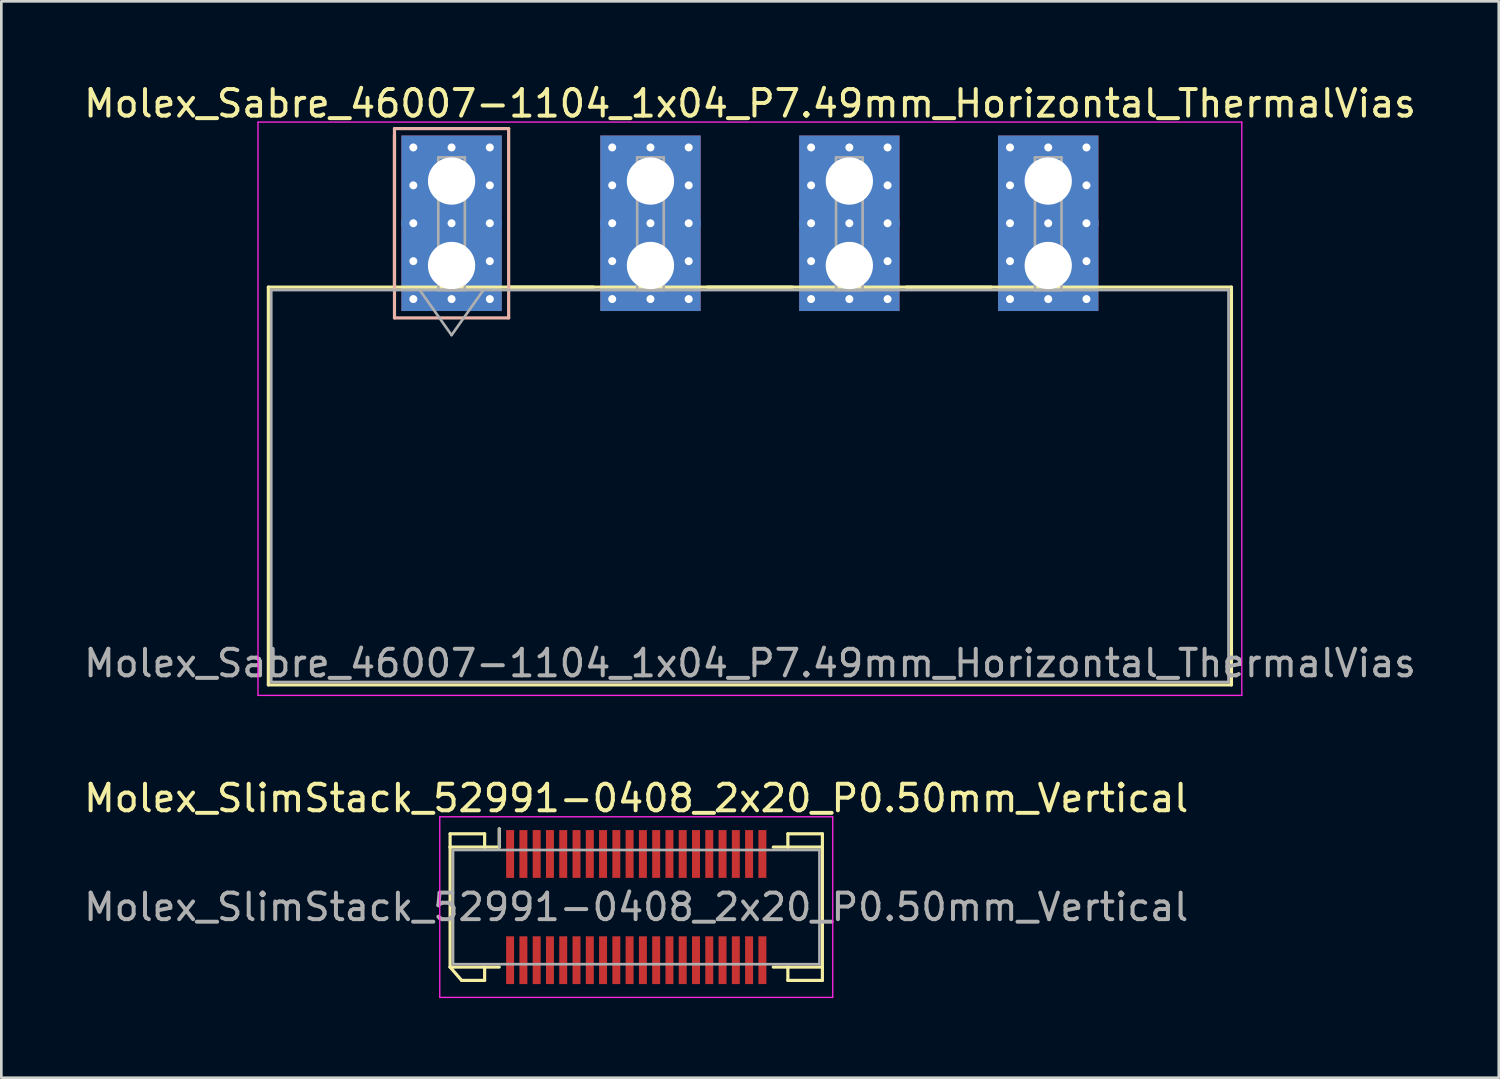
<source format=kicad_pcb>
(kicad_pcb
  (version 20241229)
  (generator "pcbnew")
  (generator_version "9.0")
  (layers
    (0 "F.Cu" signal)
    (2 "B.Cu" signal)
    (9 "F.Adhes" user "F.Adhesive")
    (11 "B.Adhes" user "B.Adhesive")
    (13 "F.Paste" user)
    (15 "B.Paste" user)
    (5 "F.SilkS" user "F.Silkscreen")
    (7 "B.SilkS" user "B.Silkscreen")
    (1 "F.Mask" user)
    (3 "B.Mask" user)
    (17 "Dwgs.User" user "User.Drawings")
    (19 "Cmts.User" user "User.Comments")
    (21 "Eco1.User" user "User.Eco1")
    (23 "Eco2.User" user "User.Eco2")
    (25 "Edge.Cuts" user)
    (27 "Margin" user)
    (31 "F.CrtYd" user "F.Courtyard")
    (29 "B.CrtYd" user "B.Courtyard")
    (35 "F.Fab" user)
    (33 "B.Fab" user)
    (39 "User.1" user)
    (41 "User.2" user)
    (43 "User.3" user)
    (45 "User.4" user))
  (footprint "Molex_SlimStack_52991-0408_2x20_P0.50mm_Vertical"
    (layer "F.Cu")
    (at 20.911 31.111)
    (property "Reference" "Molex_SlimStack_52991-0408_2x20_P0.50mm_Vertical" (at 0 -4.1 0) (layer "F.SilkS") (effects (font (size 1 1) (thickness 0.15))))
    (attr smd)
    (fp_line (start -7.01 -2.76) (end -5.71 -2.76) (stroke (width 0.12) (type solid)) (layer "F.SilkS"))
    (fp_line (start -7.01 -2.26) (end -7.01 -2.76) (stroke (width 0.12) (type solid)) (layer "F.SilkS"))
    (fp_line (start -7.01 -2.26) (end -5.16 -2.26) (stroke (width 0.12) (type solid)) (layer "F.SilkS"))
    (fp_line (start -7.01 2.26) (end -7.01 -2.26) (stroke (width 0.12) (type solid)) (layer "F.SilkS"))
    (fp_line (start -7.01 2.26) (end -6.577 2.76) (stroke (width 0.12) (type solid)) (layer "F.SilkS"))
    (fp_line (start -6.577 2.76) (end -5.71 2.76) (stroke (width 0.12) (type solid)) (layer "F.SilkS"))
    (fp_line (start -5.71 -2.76) (end -5.71 -2.26) (stroke (width 0.12) (type solid)) (layer "F.SilkS"))
    (fp_line (start -5.71 2.76) (end -5.71 2.26) (stroke (width 0.12) (type solid)) (layer "F.SilkS"))
    (fp_line (start -5.16 -2.26) (end -5.16 -2.95) (stroke (width 0.12) (type solid)) (layer "F.SilkS"))
    (fp_line (start -5.16 2.26) (end -7.01 2.26) (stroke (width 0.12) (type solid)) (layer "F.SilkS"))
    (fp_line (start 5.16 2.26) (end 7.01 2.26) (stroke (width 0.12) (type solid)) (layer "F.SilkS"))
    (fp_line (start 5.71 -2.76) (end 5.71 -2.26) (stroke (width 0.12) (type solid)) (layer "F.SilkS"))
    (fp_line (start 5.71 2.76) (end 5.71 2.26) (stroke (width 0.12) (type solid)) (layer "F.SilkS"))
    (fp_line (start 7.01 -2.76) (end 5.71 -2.76) (stroke (width 0.12) (type solid)) (layer "F.SilkS"))
    (fp_line (start 7.01 -2.26) (end 5.16 -2.26) (stroke (width 0.12) (type solid)) (layer "F.SilkS"))
    (fp_line (start 7.01 -2.26) (end 7.01 -2.76) (stroke (width 0.12) (type solid)) (layer "F.SilkS"))
    (fp_line (start 7.01 2.26) (end 7.01 -2.26) (stroke (width 0.12) (type solid)) (layer "F.SilkS"))
    (fp_line (start 7.01 2.26) (end 7.01 2.76) (stroke (width 0.12) (type solid)) (layer "F.SilkS"))
    (fp_line (start 7.01 2.76) (end 5.71 2.76) (stroke (width 0.12) (type solid)) (layer "F.SilkS"))
    (fp_line (start -7.4 -3.4) (end -7.4 3.4) (stroke (width 0.05) (type solid)) (layer "F.CrtYd"))
    (fp_line (start -7.4 3.4) (end 7.4 3.4) (stroke (width 0.05) (type solid)) (layer "F.CrtYd"))
    (fp_line (start 7.4 -3.4) (end -7.4 -3.4) (stroke (width 0.05) (type solid)) (layer "F.CrtYd"))
    (fp_line (start 7.4 3.4) (end 7.4 -3.4) (stroke (width 0.05) (type solid)) (layer "F.CrtYd"))
    (fp_line (start -6.9 -2.15) (end -6.9 2.15) (stroke (width 0.1) (type solid)) (layer "F.Fab"))
    (fp_line (start -6.9 2.15) (end 6.9 2.15) (stroke (width 0.1) (type solid)) (layer "F.Fab"))
    (fp_line (start -5.16 -2.26) (end -5.16 -2.95) (stroke (width 0.1) (type solid)) (layer "F.Fab"))
    (fp_line (start 6.9 -2.15) (end -6.9 -2.15) (stroke (width 0.1) (type solid)) (layer "F.Fab"))
    (fp_line (start 6.9 2.15) (end 6.9 -2.15) (stroke (width 0.1) (type solid)) (layer "F.Fab"))
    (fp_text user "${REFERENCE}" (at 0 0 0) (layer "F.Fab") (effects (font (size 1 1) (thickness 0.15))))
    (pad "1" smd rect (at -4.75 -2) (size 0.3 1.8) (layers "F.Cu" "F.Mask" "F.Paste"))
    (pad "2" smd rect (at -4.75 2) (size 0.3 1.8) (layers "F.Cu" "F.Mask" "F.Paste"))
    (pad "3" smd rect (at -4.25 -2) (size 0.3 1.8) (layers "F.Cu" "F.Mask" "F.Paste"))
    (pad "4" smd rect (at -4.25 2) (size 0.3 1.8) (layers "F.Cu" "F.Mask" "F.Paste"))
    (pad "5" smd rect (at -3.75 -2) (size 0.3 1.8) (layers "F.Cu" "F.Mask" "F.Paste"))
    (pad "6" smd rect (at -3.75 2) (size 0.3 1.8) (layers "F.Cu" "F.Mask" "F.Paste"))
    (pad "7" smd rect (at -3.25 -2) (size 0.3 1.8) (layers "F.Cu" "F.Mask" "F.Paste"))
    (pad "8" smd rect (at -3.25 2) (size 0.3 1.8) (layers "F.Cu" "F.Mask" "F.Paste"))
    (pad "9" smd rect (at -2.75 -2) (size 0.3 1.8) (layers "F.Cu" "F.Mask" "F.Paste"))
    (pad "10" smd rect (at -2.75 2) (size 0.3 1.8) (layers "F.Cu" "F.Mask" "F.Paste"))
    (pad "11" smd rect (at -2.25 -2) (size 0.3 1.8) (layers "F.Cu" "F.Mask" "F.Paste"))
    (pad "12" smd rect (at -2.25 2) (size 0.3 1.8) (layers "F.Cu" "F.Mask" "F.Paste"))
    (pad "13" smd rect (at -1.75 -2) (size 0.3 1.8) (layers "F.Cu" "F.Mask" "F.Paste"))
    (pad "14" smd rect (at -1.75 2) (size 0.3 1.8) (layers "F.Cu" "F.Mask" "F.Paste"))
    (pad "15" smd rect (at -1.25 -2) (size 0.3 1.8) (layers "F.Cu" "F.Mask" "F.Paste"))
    (pad "16" smd rect (at -1.25 2) (size 0.3 1.8) (layers "F.Cu" "F.Mask" "F.Paste"))
    (pad "17" smd rect (at -0.75 -2) (size 0.3 1.8) (layers "F.Cu" "F.Mask" "F.Paste"))
    (pad "18" smd rect (at -0.75 2) (size 0.3 1.8) (layers "F.Cu" "F.Mask" "F.Paste"))
    (pad "19" smd rect (at -0.25 -2) (size 0.3 1.8) (layers "F.Cu" "F.Mask" "F.Paste"))
    (pad "20" smd rect (at -0.25 2) (size 0.3 1.8) (layers "F.Cu" "F.Mask" "F.Paste"))
    (pad "21" smd rect (at 0.25 -2) (size 0.3 1.8) (layers "F.Cu" "F.Mask" "F.Paste"))
    (pad "22" smd rect (at 0.25 2) (size 0.3 1.8) (layers "F.Cu" "F.Mask" "F.Paste"))
    (pad "23" smd rect (at 0.75 -2) (size 0.3 1.8) (layers "F.Cu" "F.Mask" "F.Paste"))
    (pad "24" smd rect (at 0.75 2) (size 0.3 1.8) (layers "F.Cu" "F.Mask" "F.Paste"))
    (pad "25" smd rect (at 1.25 -2) (size 0.3 1.8) (layers "F.Cu" "F.Mask" "F.Paste"))
    (pad "26" smd rect (at 1.25 2) (size 0.3 1.8) (layers "F.Cu" "F.Mask" "F.Paste"))
    (pad "27" smd rect (at 1.75 -2) (size 0.3 1.8) (layers "F.Cu" "F.Mask" "F.Paste"))
    (pad "28" smd rect (at 1.75 2) (size 0.3 1.8) (layers "F.Cu" "F.Mask" "F.Paste"))
    (pad "29" smd rect (at 2.25 -2) (size 0.3 1.8) (layers "F.Cu" "F.Mask" "F.Paste"))
    (pad "30" smd rect (at 2.25 2) (size 0.3 1.8) (layers "F.Cu" "F.Mask" "F.Paste"))
    (pad "31" smd rect (at 2.75 -2) (size 0.3 1.8) (layers "F.Cu" "F.Mask" "F.Paste"))
    (pad "32" smd rect (at 2.75 2) (size 0.3 1.8) (layers "F.Cu" "F.Mask" "F.Paste"))
    (pad "33" smd rect (at 3.25 -2) (size 0.3 1.8) (layers "F.Cu" "F.Mask" "F.Paste"))
    (pad "34" smd rect (at 3.25 2) (size 0.3 1.8) (layers "F.Cu" "F.Mask" "F.Paste"))
    (pad "35" smd rect (at 3.75 -2) (size 0.3 1.8) (layers "F.Cu" "F.Mask" "F.Paste"))
    (pad "36" smd rect (at 3.75 2) (size 0.3 1.8) (layers "F.Cu" "F.Mask" "F.Paste"))
    (pad "37" smd rect (at 4.25 -2) (size 0.3 1.8) (layers "F.Cu" "F.Mask" "F.Paste"))
    (pad "38" smd rect (at 4.25 2) (size 0.3 1.8) (layers "F.Cu" "F.Mask" "F.Paste"))
    (pad "39" smd rect (at 4.75 -2) (size 0.3 1.8) (layers "F.Cu" "F.Mask" "F.Paste"))
    (pad "40" smd rect (at 4.75 2) (size 0.3 1.8) (layers "F.Cu" "F.Mask" "F.Paste")))
  (footprint "Molex_Sabre_46007-1104_1x04_P7.49mm_Horizontal_ThermalVias"
    (layer "F.Cu")
    (at 13.956 6.948)
    (property "Reference" "Molex_Sabre_46007-1104_1x04_P7.49mm_Horizontal_ThermalVias" (at 11.24 -6.1 0) (layer "F.SilkS") (effects (font (size 1 1) (thickness 0.15))))
    (attr through_hole)
    (fp_line (start -6.9 0.815) (end -6.9 15.795) (stroke (width 0.12) (type solid)) (layer "F.SilkS"))
    (fp_line (start -6.9 15.795) (end 29.37 15.795) (stroke (width 0.12) (type solid)) (layer "F.SilkS"))
    (fp_line (start -2.15 0.815) (end -2.15 -4.895) (stroke (width 0.12) (type solid)) (layer "F.SilkS"))
    (fp_line (start 2.15 0.815) (end 5.34 0.815) (stroke (width 0.12) (type solid)) (layer "F.SilkS"))
    (fp_line (start 9.64 0.815) (end 12.83 0.815) (stroke (width 0.12) (type solid)) (layer "F.SilkS"))
    (fp_line (start 17.13 0.815) (end 20.32 0.815) (stroke (width 0.12) (type solid)) (layer "F.SilkS"))
    (fp_line (start 29.37 0.815) (end -6.9 0.815) (stroke (width 0.12) (type solid)) (layer "F.SilkS"))
    (fp_line (start 29.37 15.795) (end 29.37 0.815) (stroke (width 0.12) (type solid)) (layer "F.SilkS"))
    (fp_line (start -2.15 -5.155) (end -2.15 1.975) (stroke (width 0.12) (type solid)) (layer "B.SilkS"))
    (fp_line (start -2.15 1.975) (end 2.15 1.975) (stroke (width 0.12) (type solid)) (layer "B.SilkS"))
    (fp_line (start 2.15 -5.155) (end -2.15 -5.155) (stroke (width 0.12) (type solid)) (layer "B.SilkS"))
    (fp_line (start 2.15 1.975) (end 2.15 -5.155) (stroke (width 0.12) (type solid)) (layer "B.SilkS"))
    (fp_line (start -7.29 -5.4) (end -7.29 16.19) (stroke (width 0.05) (type solid)) (layer "F.CrtYd"))
    (fp_line (start -7.29 16.19) (end 29.76 16.19) (stroke (width 0.05) (type solid)) (layer "F.CrtYd"))
    (fp_line (start 29.76 -5.4) (end -7.29 -5.4) (stroke (width 0.05) (type solid)) (layer "F.CrtYd"))
    (fp_line (start 29.76 16.19) (end 29.76 -5.4) (stroke (width 0.05) (type solid)) (layer "F.CrtYd"))
    (fp_line (start -6.79 0.925) (end -6.79 15.685) (stroke (width 0.1) (type solid)) (layer "F.Fab"))
    (fp_line (start -6.79 15.685) (end 29.26 15.685) (stroke (width 0.1) (type solid)) (layer "F.Fab"))
    (fp_line (start -1.2 0.925) (end 0 2.622) (stroke (width 0.1) (type solid)) (layer "F.Fab"))
    (fp_line (start -0.5 -4.07) (end 0.5 -4.07) (stroke (width 0.1) (type solid)) (layer "F.Fab"))
    (fp_line (start -0.5 0.925) (end -0.5 -4.07) (stroke (width 0.1) (type solid)) (layer "F.Fab"))
    (fp_line (start 0 2.622) (end 1.2 0.925) (stroke (width 0.1) (type solid)) (layer "F.Fab"))
    (fp_line (start 0.5 -4.07) (end 0.5 0.925) (stroke (width 0.1) (type solid)) (layer "F.Fab"))
    (fp_line (start 0.5 0.925) (end -0.5 0.925) (stroke (width 0.1) (type solid)) (layer "F.Fab"))
    (fp_line (start 6.99 -4.07) (end 7.99 -4.07) (stroke (width 0.1) (type solid)) (layer "F.Fab"))
    (fp_line (start 6.99 0.925) (end 6.99 -4.07) (stroke (width 0.1) (type solid)) (layer "F.Fab"))
    (fp_line (start 7.99 -4.07) (end 7.99 0.925) (stroke (width 0.1) (type solid)) (layer "F.Fab"))
    (fp_line (start 7.99 0.925) (end 6.99 0.925) (stroke (width 0.1) (type solid)) (layer "F.Fab"))
    (fp_line (start 14.48 -4.07) (end 15.48 -4.07) (stroke (width 0.1) (type solid)) (layer "F.Fab"))
    (fp_line (start 14.48 0.925) (end 14.48 -4.07) (stroke (width 0.1) (type solid)) (layer "F.Fab"))
    (fp_line (start 15.48 -4.07) (end 15.48 0.925) (stroke (width 0.1) (type solid)) (layer "F.Fab"))
    (fp_line (start 15.48 0.925) (end 14.48 0.925) (stroke (width 0.1) (type solid)) (layer "F.Fab"))
    (fp_line (start 21.97 -4.07) (end 22.97 -4.07) (stroke (width 0.1) (type solid)) (layer "F.Fab"))
    (fp_line (start 21.97 0.925) (end 21.97 -4.07) (stroke (width 0.1) (type solid)) (layer "F.Fab"))
    (fp_line (start 22.97 -4.07) (end 22.97 0.925) (stroke (width 0.1) (type solid)) (layer "F.Fab"))
    (fp_line (start 22.97 0.925) (end 21.97 0.925) (stroke (width 0.1) (type solid)) (layer "F.Fab"))
    (fp_line (start 29.26 0.925) (end -6.79 0.925) (stroke (width 0.1) (type solid)) (layer "F.Fab"))
    (fp_line (start 29.26 15.685) (end 29.26 0.925) (stroke (width 0.1) (type solid)) (layer "F.Fab"))
    (fp_text user "${REFERENCE}" (at 11.24 14.98 0) (layer "F.Fab") (effects (font (size 1 1) (thickness 0.15))))
    (pad "1" thru_hole rect (at -1.44 -4.445) (size 0.6 0.6) (drill 0.3) (layers "*.Cu" "*.Mask"))
    (pad "1" thru_hole rect (at -1.44 -3.018) (size 0.6 0.6) (drill 0.3) (layers "*.Cu" "*.Mask"))
    (pad "1" thru_hole rect (at -1.44 -1.59) (size 0.6 0.6) (drill 0.3) (layers "*.Cu" "*.Mask"))
    (pad "1" thru_hole rect (at -1.44 -0.163) (size 0.6 0.6) (drill 0.3) (layers "*.Cu" "*.Mask"))
    (pad "1" thru_hole rect (at -1.44 1.265) (size 0.6 0.6) (drill 0.3) (layers "*.Cu" "*.Mask"))
    (pad "1" thru_hole rect (at 0 -4.445) (size 0.6 0.6) (drill 0.3) (layers "*.Cu" "*.Mask"))
    (pad "1" thru_hole rect (at 0 -3.18) (size 3.78 3.43) (drill 1.78) (layers "*.Cu" "*.Mask"))
    (pad "1" thru_hole rect (at 0 -1.59) (size 0.6 0.6) (drill 0.3) (layers "*.Cu" "*.Mask"))
    (pad "1" thru_hole rect (at 0 0) (size 3.78 3.43) (drill 1.78) (layers "*.Cu" "*.Mask"))
    (pad "1" thru_hole rect (at 0 1.265) (size 0.6 0.6) (drill 0.3) (layers "*.Cu" "*.Mask"))
    (pad "1" thru_hole rect (at 1.44 -4.445) (size 0.6 0.6) (drill 0.3) (layers "*.Cu" "*.Mask"))
    (pad "1" thru_hole rect (at 1.44 -3.018) (size 0.6 0.6) (drill 0.3) (layers "*.Cu" "*.Mask"))
    (pad "1" thru_hole rect (at 1.44 -1.59) (size 0.6 0.6) (drill 0.3) (layers "*.Cu" "*.Mask"))
    (pad "1" thru_hole rect (at 1.44 -0.163) (size 0.6 0.6) (drill 0.3) (layers "*.Cu" "*.Mask"))
    (pad "1" thru_hole rect (at 1.44 1.265) (size 0.6 0.6) (drill 0.3) (layers "*.Cu" "*.Mask"))
    (pad "2" thru_hole circle (at 6.05 -4.445) (size 0.6 0.6) (drill 0.3) (layers "*.Cu" "*.Mask"))
    (pad "2" thru_hole circle (at 6.05 -3.018) (size 0.6 0.6) (drill 0.3) (layers "*.Cu" "*.Mask"))
    (pad "2" thru_hole circle (at 6.05 -1.59) (size 0.6 0.6) (drill 0.3) (layers "*.Cu" "*.Mask"))
    (pad "2" thru_hole circle (at 6.05 -0.163) (size 0.6 0.6) (drill 0.3) (layers "*.Cu" "*.Mask"))
    (pad "2" thru_hole circle (at 6.05 1.265) (size 0.6 0.6) (drill 0.3) (layers "*.Cu" "*.Mask"))
    (pad "2" thru_hole circle (at 7.49 -4.445) (size 0.6 0.6) (drill 0.3) (layers "*.Cu" "*.Mask"))
    (pad "2" thru_hole rect (at 7.49 -3.18) (size 3.78 3.43) (drill 1.78) (layers "*.Cu" "*.Mask"))
    (pad "2" thru_hole circle (at 7.49 -1.59) (size 0.6 0.6) (drill 0.3) (layers "*.Cu" "*.Mask"))
    (pad "2" thru_hole rect (at 7.49 0) (size 3.78 3.43) (drill 1.78) (layers "*.Cu" "*.Mask"))
    (pad "2" thru_hole circle (at 7.49 1.265) (size 0.6 0.6) (drill 0.3) (layers "*.Cu" "*.Mask"))
    (pad "2" thru_hole circle (at 8.93 -4.445) (size 0.6 0.6) (drill 0.3) (layers "*.Cu" "*.Mask"))
    (pad "2" thru_hole circle (at 8.93 -3.018) (size 0.6 0.6) (drill 0.3) (layers "*.Cu" "*.Mask"))
    (pad "2" thru_hole circle (at 8.93 -1.59) (size 0.6 0.6) (drill 0.3) (layers "*.Cu" "*.Mask"))
    (pad "2" thru_hole circle (at 8.93 -0.163) (size 0.6 0.6) (drill 0.3) (layers "*.Cu" "*.Mask"))
    (pad "2" thru_hole circle (at 8.93 1.265) (size 0.6 0.6) (drill 0.3) (layers "*.Cu" "*.Mask"))
    (pad "3" thru_hole circle (at 13.54 -4.445) (size 0.6 0.6) (drill 0.3) (layers "*.Cu" "*.Mask"))
    (pad "3" thru_hole circle (at 13.54 -3.018) (size 0.6 0.6) (drill 0.3) (layers "*.Cu" "*.Mask"))
    (pad "3" thru_hole circle (at 13.54 -1.59) (size 0.6 0.6) (drill 0.3) (layers "*.Cu" "*.Mask"))
    (pad "3" thru_hole circle (at 13.54 -0.163) (size 0.6 0.6) (drill 0.3) (layers "*.Cu" "*.Mask"))
    (pad "3" thru_hole circle (at 13.54 1.265) (size 0.6 0.6) (drill 0.3) (layers "*.Cu" "*.Mask"))
    (pad "3" thru_hole circle (at 14.98 -4.445) (size 0.6 0.6) (drill 0.3) (layers "*.Cu" "*.Mask"))
    (pad "3" thru_hole rect (at 14.98 -3.18) (size 3.78 3.43) (drill 1.78) (layers "*.Cu" "*.Mask"))
    (pad "3" thru_hole circle (at 14.98 -1.59) (size 0.6 0.6) (drill 0.3) (layers "*.Cu" "*.Mask"))
    (pad "3" thru_hole rect (at 14.98 0) (size 3.78 3.43) (drill 1.78) (layers "*.Cu" "*.Mask"))
    (pad "3" thru_hole circle (at 14.98 1.265) (size 0.6 0.6) (drill 0.3) (layers "*.Cu" "*.Mask"))
    (pad "3" thru_hole circle (at 16.42 -4.445) (size 0.6 0.6) (drill 0.3) (layers "*.Cu" "*.Mask"))
    (pad "3" thru_hole circle (at 16.42 -3.018) (size 0.6 0.6) (drill 0.3) (layers "*.Cu" "*.Mask"))
    (pad "3" thru_hole circle (at 16.42 -1.59) (size 0.6 0.6) (drill 0.3) (layers "*.Cu" "*.Mask"))
    (pad "3" thru_hole circle (at 16.42 -0.163) (size 0.6 0.6) (drill 0.3) (layers "*.Cu" "*.Mask"))
    (pad "3" thru_hole circle (at 16.42 1.265) (size 0.6 0.6) (drill 0.3) (layers "*.Cu" "*.Mask"))
    (pad "4" thru_hole circle (at 21.03 -4.445) (size 0.6 0.6) (drill 0.3) (layers "*.Cu" "*.Mask"))
    (pad "4" thru_hole circle (at 21.03 -3.018) (size 0.6 0.6) (drill 0.3) (layers "*.Cu" "*.Mask"))
    (pad "4" thru_hole circle (at 21.03 -1.59) (size 0.6 0.6) (drill 0.3) (layers "*.Cu" "*.Mask"))
    (pad "4" thru_hole circle (at 21.03 -0.163) (size 0.6 0.6) (drill 0.3) (layers "*.Cu" "*.Mask"))
    (pad "4" thru_hole circle (at 21.03 1.265) (size 0.6 0.6) (drill 0.3) (layers "*.Cu" "*.Mask"))
    (pad "4" thru_hole circle (at 22.47 -4.445) (size 0.6 0.6) (drill 0.3) (layers "*.Cu" "*.Mask"))
    (pad "4" thru_hole rect (at 22.47 -3.18) (size 3.78 3.43) (drill 1.78) (layers "*.Cu" "*.Mask"))
    (pad "4" thru_hole circle (at 22.47 -1.59) (size 0.6 0.6) (drill 0.3) (layers "*.Cu" "*.Mask"))
    (pad "4" thru_hole rect (at 22.47 0) (size 3.78 3.43) (drill 1.78) (layers "*.Cu" "*.Mask"))
    (pad "4" thru_hole circle (at 22.47 1.265) (size 0.6 0.6) (drill 0.3) (layers "*.Cu" "*.Mask"))
    (pad "4" thru_hole circle (at 23.91 -4.445) (size 0.6 0.6) (drill 0.3) (layers "*.Cu" "*.Mask"))
    (pad "4" thru_hole circle (at 23.91 -3.018) (size 0.6 0.6) (drill 0.3) (layers "*.Cu" "*.Mask"))
    (pad "4" thru_hole circle (at 23.91 -1.59) (size 0.6 0.6) (drill 0.3) (layers "*.Cu" "*.Mask"))
    (pad "4" thru_hole circle (at 23.91 -0.163) (size 0.6 0.6) (drill 0.3) (layers "*.Cu" "*.Mask"))
    (pad "4" thru_hole circle (at 23.91 1.265) (size 0.6 0.6) (drill 0.3) (layers "*.Cu" "*.Mask")))
  (gr_rect
    (start -3 -3)
    (end 53.393 37.536)
    (stroke (width 0.1) (type default))
    (fill no)
    (layer "Edge.Cuts")))
</source>
